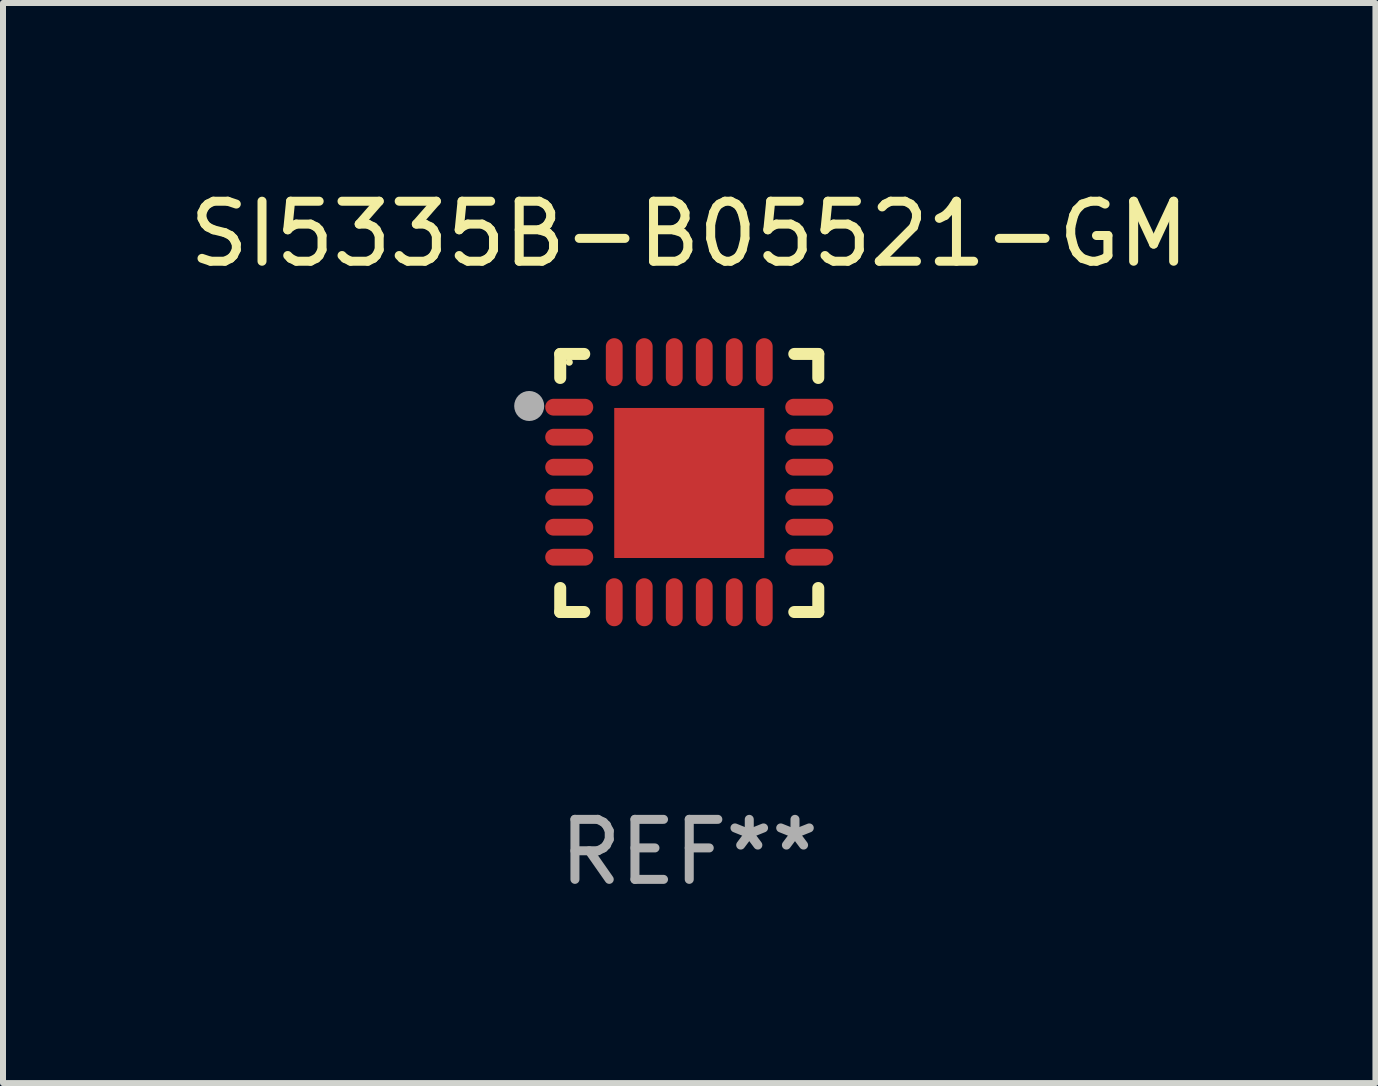
<source format=kicad_pcb>
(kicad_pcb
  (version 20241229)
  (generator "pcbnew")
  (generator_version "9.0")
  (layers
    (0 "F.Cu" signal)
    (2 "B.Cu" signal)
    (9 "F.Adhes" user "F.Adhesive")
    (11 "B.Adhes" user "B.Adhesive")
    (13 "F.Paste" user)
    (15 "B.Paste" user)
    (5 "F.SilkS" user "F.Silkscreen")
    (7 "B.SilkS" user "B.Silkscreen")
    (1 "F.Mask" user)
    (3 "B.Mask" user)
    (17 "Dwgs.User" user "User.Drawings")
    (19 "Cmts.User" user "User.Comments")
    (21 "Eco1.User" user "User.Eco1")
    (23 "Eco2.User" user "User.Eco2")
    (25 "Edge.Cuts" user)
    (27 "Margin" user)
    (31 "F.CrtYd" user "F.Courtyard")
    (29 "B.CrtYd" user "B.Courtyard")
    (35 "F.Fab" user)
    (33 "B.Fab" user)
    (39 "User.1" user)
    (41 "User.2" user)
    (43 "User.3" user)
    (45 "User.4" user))
  (footprint "SI5335B-B05521-GM"
    (layer "F.Cu")
    (at 8.435 4.998)
    (property "Reference" "SI5335B-B05521-GM" (at 0 -4.15 0) (layer "F.SilkS") (effects (font (size 1 1) (thickness 0.15))))
    (attr through_hole)
    (fp_line (start -2.15 -2.15) (end -1.75 -2.15) (stroke (width 0.2) (type solid)) (layer "F.SilkS"))
    (fp_line (start -2.15 -1.75) (end -2.15 -2.15) (stroke (width 0.2) (type solid)) (layer "F.SilkS"))
    (fp_line (start -2.15 2.15) (end -2.15 1.75) (stroke (width 0.2) (type solid)) (layer "F.SilkS"))
    (fp_line (start -1.75 2.15) (end -2.15 2.15) (stroke (width 0.2) (type solid)) (layer "F.SilkS"))
    (fp_line (start 1.75 -2.15) (end 2.15 -2.15) (stroke (width 0.2) (type solid)) (layer "F.SilkS"))
    (fp_line (start 1.75 2.15) (end 2.15 2.15) (stroke (width 0.2) (type solid)) (layer "F.SilkS"))
    (fp_line (start 2.15 -2.15) (end 2.15 -1.75) (stroke (width 0.2) (type solid)) (layer "F.SilkS"))
    (fp_line (start 2.15 2.15) (end 2.15 1.75) (stroke (width 0.2) (type solid)) (layer "F.SilkS"))
    (fp_circle (center -2 -2.013) (end -1.97 -2.013) (stroke (width 0.06) (type solid)) (fill no) (layer "F.SilkS"))
    (fp_circle (center -2.667 -1.283) (end -2.542 -1.283) (stroke (width 0.25) (type solid)) (fill no) (layer "F.Fab"))
    (fp_text user "REF**" (at 0 6.15 0) (layer "F.Fab") (effects (font (size 1 1) (thickness 0.15))))
    (pad "1" smd oval (at -2 -1.263) (size 0.8 0.28) (layers "F.Cu" "F.Mask" "F.Paste"))
    (pad "2" smd oval (at -2 -0.763) (size 0.8 0.28) (layers "F.Cu" "F.Mask" "F.Paste"))
    (pad "3" smd oval (at -2 -0.263) (size 0.8 0.28) (layers "F.Cu" "F.Mask" "F.Paste"))
    (pad "4" smd oval (at -2 0.237) (size 0.8 0.28) (layers "F.Cu" "F.Mask" "F.Paste"))
    (pad "5" smd oval (at -2 0.737) (size 0.8 0.28) (layers "F.Cu" "F.Mask" "F.Paste"))
    (pad "6" smd oval (at -2 1.237) (size 0.8 0.28) (layers "F.Cu" "F.Mask" "F.Paste"))
    (pad "7" smd oval (at -1.25 1.987) (size 0.28 0.8) (layers "F.Cu" "F.Mask" "F.Paste"))
    (pad "8" smd oval (at -0.75 1.987) (size 0.28 0.8) (layers "F.Cu" "F.Mask" "F.Paste"))
    (pad "9" smd oval (at -0.25 1.987) (size 0.28 0.8) (layers "F.Cu" "F.Mask" "F.Paste"))
    (pad "10" smd oval (at 0.25 1.987) (size 0.28 0.8) (layers "F.Cu" "F.Mask" "F.Paste"))
    (pad "11" smd oval (at 0.75 1.987) (size 0.28 0.8) (layers "F.Cu" "F.Mask" "F.Paste"))
    (pad "12" smd oval (at 1.25 1.987) (size 0.28 0.8) (layers "F.Cu" "F.Mask" "F.Paste"))
    (pad "13" smd oval (at 2 1.237) (size 0.8 0.28) (layers "F.Cu" "F.Mask" "F.Paste"))
    (pad "14" smd oval (at 2 0.737) (size 0.8 0.28) (layers "F.Cu" "F.Mask" "F.Paste"))
    (pad "15" smd oval (at 2 0.237) (size 0.8 0.28) (layers "F.Cu" "F.Mask" "F.Paste"))
    (pad "16" smd oval (at 2 -0.263) (size 0.8 0.28) (layers "F.Cu" "F.Mask" "F.Paste"))
    (pad "17" smd oval (at 2 -0.763) (size 0.8 0.28) (layers "F.Cu" "F.Mask" "F.Paste"))
    (pad "18" smd oval (at 2 -1.263) (size 0.8 0.28) (layers "F.Cu" "F.Mask" "F.Paste"))
    (pad "19" smd oval (at 1.25 -2.013) (size 0.28 0.8) (layers "F.Cu" "F.Mask" "F.Paste"))
    (pad "20" smd oval (at 0.75 -2.013) (size 0.28 0.8) (layers "F.Cu" "F.Mask" "F.Paste"))
    (pad "21" smd oval (at 0.25 -2.013) (size 0.28 0.8) (layers "F.Cu" "F.Mask" "F.Paste"))
    (pad "22" smd oval (at -0.25 -2.013) (size 0.28 0.8) (layers "F.Cu" "F.Mask" "F.Paste"))
    (pad "23" smd oval (at -0.75 -2.013) (size 0.28 0.8) (layers "F.Cu" "F.Mask" "F.Paste"))
    (pad "24" smd oval (at -1.25 -2.013) (size 0.28 0.8) (layers "F.Cu" "F.Mask" "F.Paste"))
    (pad "25" smd rect (at -0.000127 -0.00014) (size 2.5 2.5) (layers "F.Cu" "F.Mask" "F.Paste")))
  (gr_rect
    (start -3 -3)
    (end 19.869 14.997)
    (stroke (width 0.1) (type default))
    (fill no)
    (layer "Edge.Cuts")))
</source>
